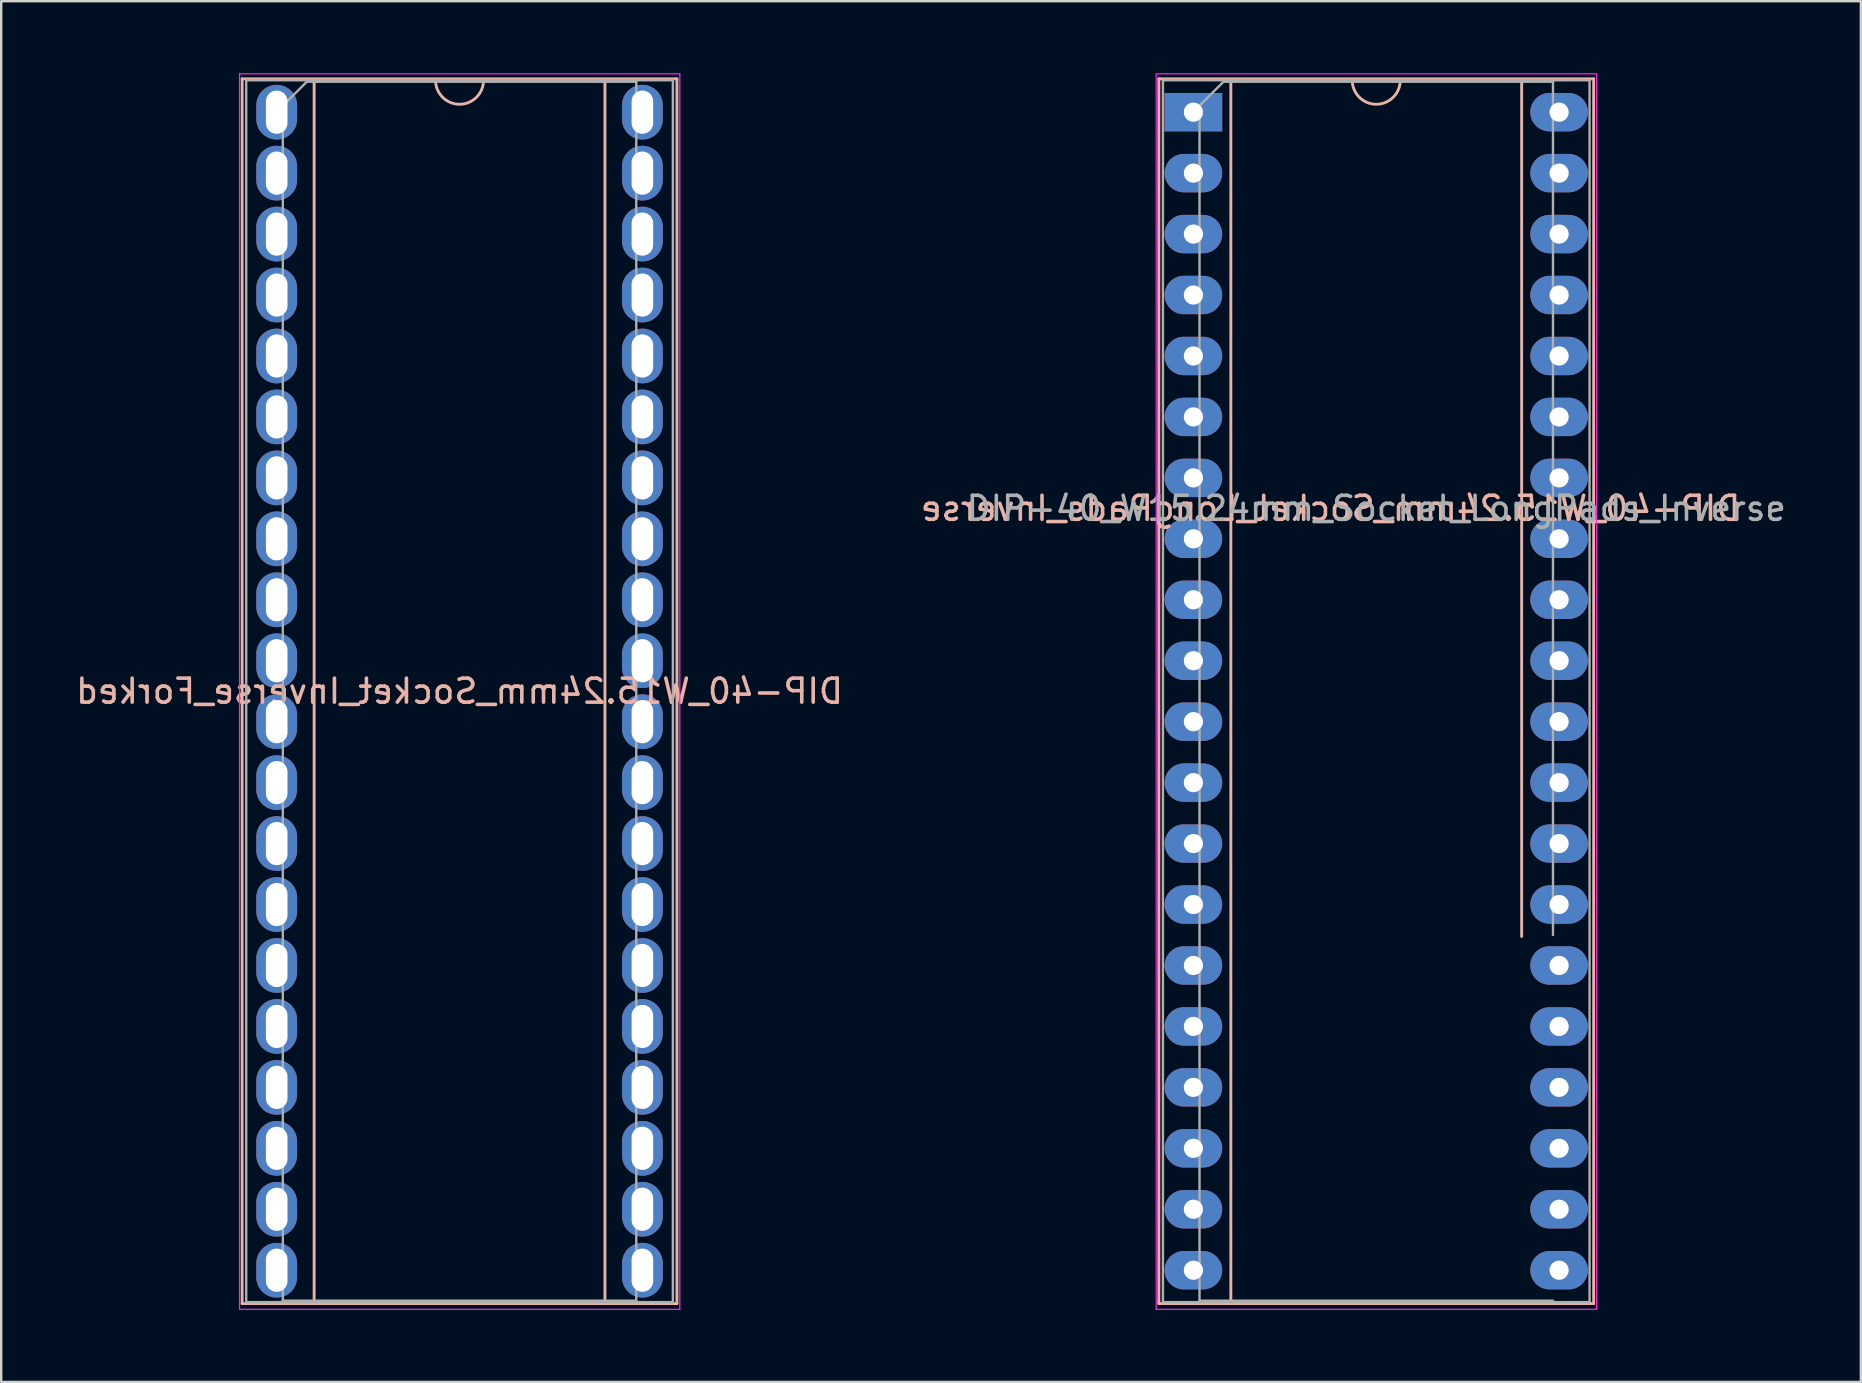
<source format=kicad_pcb>
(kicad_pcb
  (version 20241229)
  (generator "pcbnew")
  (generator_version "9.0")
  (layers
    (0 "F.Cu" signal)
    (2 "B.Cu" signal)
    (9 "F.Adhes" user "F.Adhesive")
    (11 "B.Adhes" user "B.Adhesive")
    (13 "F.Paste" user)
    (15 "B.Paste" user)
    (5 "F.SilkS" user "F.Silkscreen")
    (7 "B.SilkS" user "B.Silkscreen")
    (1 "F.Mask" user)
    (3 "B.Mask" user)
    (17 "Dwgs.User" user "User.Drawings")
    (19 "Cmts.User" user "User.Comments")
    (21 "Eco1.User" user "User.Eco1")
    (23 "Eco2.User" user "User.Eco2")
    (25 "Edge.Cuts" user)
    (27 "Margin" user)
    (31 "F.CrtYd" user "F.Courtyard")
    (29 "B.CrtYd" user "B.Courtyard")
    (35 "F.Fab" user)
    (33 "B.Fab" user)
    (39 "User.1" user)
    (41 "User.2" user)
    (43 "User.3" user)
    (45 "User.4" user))
  (footprint "DIP-40_W15.24mm_Socket_LongPads_Inverse"
    (layer "F.Cu")
    (at 46.684 1.625)
    (property "Reference" "DIP-40_W15.24mm_Socket_LongPads_Inverse" (at 5.715 16.51 0) (layer "B.SilkS") (effects (font (size 1 1) (thickness 0.15)) (justify mirror)))
    (attr through_hole)
    (fp_line (start -1.44 -1.39) (end -1.44 49.65) (stroke (width 0.12) (type solid)) (layer "B.SilkS"))
    (fp_line (start -1.44 49.65) (end 16.68 49.65) (stroke (width 0.12) (type solid)) (layer "B.SilkS"))
    (fp_line (start 1.56 -1.33) (end 1.56 49.59) (stroke (width 0.12) (type solid)) (layer "B.SilkS"))
    (fp_line (start 1.56 49.59) (end 13.68 49.59) (stroke (width 0.12) (type solid)) (layer "B.SilkS"))
    (fp_line (start 6.62 -1.33) (end 1.56 -1.33) (stroke (width 0.12) (type solid)) (layer "B.SilkS"))
    (fp_line (start 13.68 -1.33) (end 8.62 -1.33) (stroke (width 0.12) (type solid)) (layer "B.SilkS"))
    (fp_line (start 13.68 34.35) (end 13.68 -1.33) (stroke (width 0.12) (type solid)) (layer "B.SilkS"))
    (fp_line (start 16.68 -1.39) (end -1.44 -1.39) (stroke (width 0.12) (type solid)) (layer "B.SilkS"))
    (fp_line (start 16.68 49.65) (end 16.68 -1.39) (stroke (width 0.12) (type solid)) (layer "B.SilkS"))
    (fp_arc (start 8.62 -1.33) (mid 7.62 -0.33) (end 6.62 -1.33) (stroke (width 0.12) (type solid)) (layer "B.SilkS"))
    (fp_line (start -1.55 -1.6) (end -1.55 49.89) (stroke (width 0.05) (type solid)) (layer "F.CrtYd"))
    (fp_line (start -1.55 49.89) (end 16.8 49.89) (stroke (width 0.05) (type solid)) (layer "F.CrtYd"))
    (fp_line (start 16.8 -1.6) (end -1.55 -1.6) (stroke (width 0.05) (type solid)) (layer "F.CrtYd"))
    (fp_line (start 16.8 49.89) (end 16.8 -1.6) (stroke (width 0.05) (type solid)) (layer "F.CrtYd"))
    (fp_line (start -1.27 -1.33) (end -1.27 49.59) (stroke (width 0.1) (type solid)) (layer "F.Fab"))
    (fp_line (start -1.27 49.59) (end 16.51 49.59) (stroke (width 0.1) (type solid)) (layer "F.Fab"))
    (fp_line (start 0.255 -0.27) (end 1.255 -1.27) (stroke (width 0.1) (type solid)) (layer "F.Fab"))
    (fp_line (start 0.255 49.53) (end 0.255 -0.27) (stroke (width 0.1) (type solid)) (layer "F.Fab"))
    (fp_line (start 1.255 -1.27) (end 14.985 -1.27) (stroke (width 0.1) (type solid)) (layer "F.Fab"))
    (fp_line (start 14.985 -1.27) (end 14.985 34.29) (stroke (width 0.1) (type solid)) (layer "F.Fab"))
    (fp_line (start 14.985 49.53) (end 0.255 49.53) (stroke (width 0.1) (type solid)) (layer "F.Fab"))
    (fp_line (start 16.51 -1.33) (end -1.27 -1.33) (stroke (width 0.1) (type solid)) (layer "F.Fab"))
    (fp_line (start 16.51 49.59) (end 16.51 -1.33) (stroke (width 0.1) (type solid)) (layer "F.Fab"))
    (fp_text user "${REFERENCE}" (at 7.62 16.51 0) (layer "F.Fab") (effects (font (size 1 1) (thickness 0.15))))
    (pad "1" thru_hole rect (at 0 0) (size 2.4 1.6) (drill 0.8) (layers "*.Cu" "*.Mask"))
    (pad "2" thru_hole oval (at 0 2.54) (size 2.4 1.6) (drill 0.8) (layers "*.Cu" "*.Mask"))
    (pad "3" thru_hole oval (at 0 5.08) (size 2.4 1.6) (drill 0.8) (layers "*.Cu" "*.Mask"))
    (pad "4" thru_hole oval (at 0 7.62) (size 2.4 1.6) (drill 0.8) (layers "*.Cu" "*.Mask"))
    (pad "5" thru_hole oval (at 0 10.16) (size 2.4 1.6) (drill 0.8) (layers "*.Cu" "*.Mask"))
    (pad "6" thru_hole oval (at 0 12.7) (size 2.4 1.6) (drill 0.8) (layers "*.Cu" "*.Mask"))
    (pad "7" thru_hole oval (at 0 15.24) (size 2.4 1.6) (drill 0.8) (layers "*.Cu" "*.Mask"))
    (pad "8" thru_hole oval (at 0 17.78) (size 2.4 1.6) (drill 0.8) (layers "*.Cu" "*.Mask"))
    (pad "9" thru_hole oval (at 0 20.32) (size 2.4 1.6) (drill 0.8) (layers "*.Cu" "*.Mask"))
    (pad "10" thru_hole oval (at 0 22.86) (size 2.4 1.6) (drill 0.8) (layers "*.Cu" "*.Mask"))
    (pad "11" thru_hole oval (at 0 25.4) (size 2.4 1.6) (drill 0.8) (layers "*.Cu" "*.Mask"))
    (pad "12" thru_hole oval (at 0 27.94) (size 2.4 1.6) (drill 0.8) (layers "*.Cu" "*.Mask"))
    (pad "13" thru_hole oval (at 0 30.48) (size 2.4 1.6) (drill 0.8) (layers "*.Cu" "*.Mask"))
    (pad "14" thru_hole oval (at 0 33.02) (size 2.4 1.6) (drill 0.8) (layers "*.Cu" "*.Mask"))
    (pad "15" thru_hole oval (at 0 35.56) (size 2.4 1.6) (drill 0.8) (layers "*.Cu" "*.Mask"))
    (pad "16" thru_hole oval (at 0 38.1) (size 2.4 1.6) (drill 0.8) (layers "*.Cu" "*.Mask"))
    (pad "17" thru_hole oval (at 0 40.64) (size 2.4 1.6) (drill 0.8) (layers "*.Cu" "*.Mask"))
    (pad "18" thru_hole oval (at 0 43.18) (size 2.4 1.6) (drill 0.8) (layers "*.Cu" "*.Mask"))
    (pad "19" thru_hole oval (at 0 45.72) (size 2.4 1.6) (drill 0.8) (layers "*.Cu" "*.Mask"))
    (pad "20" thru_hole oval (at 0 48.26) (size 2.4 1.6) (drill 0.8) (layers "*.Cu" "*.Mask"))
    (pad "21" thru_hole oval (at 15.24 48.26) (size 2.4 1.6) (drill 0.8) (layers "*.Cu" "*.Mask"))
    (pad "22" thru_hole oval (at 15.24 45.72) (size 2.4 1.6) (drill 0.8) (layers "*.Cu" "*.Mask"))
    (pad "23" thru_hole oval (at 15.24 43.18) (size 2.4 1.6) (drill 0.8) (layers "*.Cu" "*.Mask"))
    (pad "24" thru_hole oval (at 15.24 40.64) (size 2.4 1.6) (drill 0.8) (layers "*.Cu" "*.Mask"))
    (pad "25" thru_hole oval (at 15.24 38.1) (size 2.4 1.6) (drill 0.8) (layers "*.Cu" "*.Mask"))
    (pad "26" thru_hole oval (at 15.24 35.56) (size 2.4 1.6) (drill 0.8) (layers "*.Cu" "*.Mask"))
    (pad "27" thru_hole oval (at 15.24 33.02) (size 2.4 1.6) (drill 0.8) (layers "*.Cu" "*.Mask"))
    (pad "28" thru_hole oval (at 15.24 30.48) (size 2.4 1.6) (drill 0.8) (layers "*.Cu" "*.Mask"))
    (pad "29" thru_hole oval (at 15.24 27.94) (size 2.4 1.6) (drill 0.8) (layers "*.Cu" "*.Mask"))
    (pad "30" thru_hole oval (at 15.24 25.4) (size 2.4 1.6) (drill 0.8) (layers "*.Cu" "*.Mask"))
    (pad "31" thru_hole oval (at 15.24 22.86) (size 2.4 1.6) (drill 0.8) (layers "*.Cu" "*.Mask"))
    (pad "32" thru_hole oval (at 15.24 20.32) (size 2.4 1.6) (drill 0.8) (layers "*.Cu" "*.Mask"))
    (pad "33" thru_hole oval (at 15.24 17.78) (size 2.4 1.6) (drill 0.8) (layers "*.Cu" "*.Mask"))
    (pad "34" thru_hole oval (at 15.24 15.24) (size 2.4 1.6) (drill 0.8) (layers "*.Cu" "*.Mask"))
    (pad "35" thru_hole oval (at 15.24 12.7) (size 2.4 1.6) (drill 0.8) (layers "*.Cu" "*.Mask"))
    (pad "36" thru_hole oval (at 15.24 10.16) (size 2.4 1.6) (drill 0.8) (layers "*.Cu" "*.Mask"))
    (pad "37" thru_hole oval (at 15.24 7.62) (size 2.4 1.6) (drill 0.8) (layers "*.Cu" "*.Mask"))
    (pad "38" thru_hole oval (at 15.24 5.08) (size 2.4 1.6) (drill 0.8) (layers "*.Cu" "*.Mask"))
    (pad "39" thru_hole oval (at 15.24 2.54) (size 2.4 1.6) (drill 0.8) (layers "*.Cu" "*.Mask"))
    (pad "40" thru_hole oval (at 15.24 0) (size 2.4 1.6) (drill 0.8) (layers "*.Cu" "*.Mask")))
  (footprint "DIP-40_W15.24mm_Socket_Inverse_Forked"
    (layer "F.Cu")
    (at 8.481 1.625)
    (property "Reference" "DIP-40_W15.24mm_Socket_Inverse_Forked" (at 7.62 24.13 0) (layer "B.SilkS") (effects (font (size 1 1) (thickness 0.15)) (justify mirror)))
    (attr through_hole)
    (fp_line (start -1.44 -1.39) (end -1.44 49.65) (stroke (width 0.12) (type solid)) (layer "B.SilkS"))
    (fp_line (start -1.44 49.65) (end 16.68 49.65) (stroke (width 0.12) (type solid)) (layer "B.SilkS"))
    (fp_line (start 1.56 -1.33) (end 1.56 49.59) (stroke (width 0.12) (type solid)) (layer "B.SilkS"))
    (fp_line (start 1.56 49.59) (end 13.68 49.59) (stroke (width 0.12) (type solid)) (layer "B.SilkS"))
    (fp_line (start 6.62 -1.33) (end 1.56 -1.33) (stroke (width 0.12) (type solid)) (layer "B.SilkS"))
    (fp_line (start 13.68 -1.33) (end 8.62 -1.33) (stroke (width 0.12) (type solid)) (layer "B.SilkS"))
    (fp_line (start 13.68 49.59) (end 13.68 -1.33) (stroke (width 0.12) (type solid)) (layer "B.SilkS"))
    (fp_line (start 16.68 -1.39) (end -1.44 -1.39) (stroke (width 0.12) (type solid)) (layer "B.SilkS"))
    (fp_line (start 16.68 49.65) (end 16.68 -1.39) (stroke (width 0.12) (type solid)) (layer "B.SilkS"))
    (fp_arc (start 8.62 -1.33) (mid 7.62 -0.33) (end 6.62 -1.33) (stroke (width 0.12) (type solid)) (layer "B.SilkS"))
    (fp_line (start -1.55 -1.6) (end -1.55 49.89) (stroke (width 0.05) (type solid)) (layer "F.CrtYd"))
    (fp_line (start -1.55 49.89) (end 16.8 49.89) (stroke (width 0.05) (type solid)) (layer "F.CrtYd"))
    (fp_line (start 16.8 -1.6) (end -1.55 -1.6) (stroke (width 0.05) (type solid)) (layer "F.CrtYd"))
    (fp_line (start 16.8 49.89) (end 16.8 -1.6) (stroke (width 0.05) (type solid)) (layer "F.CrtYd"))
    (fp_line (start -1.27 -1.33) (end -1.27 49.59) (stroke (width 0.1) (type solid)) (layer "F.Fab"))
    (fp_line (start -1.27 49.59) (end 16.51 49.59) (stroke (width 0.1) (type solid)) (layer "F.Fab"))
    (fp_line (start 0.255 -0.27) (end 1.255 -1.27) (stroke (width 0.1) (type solid)) (layer "F.Fab"))
    (fp_line (start 0.255 49.53) (end 0.255 -0.27) (stroke (width 0.1) (type solid)) (layer "F.Fab"))
    (fp_line (start 1.255 -1.27) (end 14.985 -1.27) (stroke (width 0.1) (type solid)) (layer "F.Fab"))
    (fp_line (start 14.985 -1.27) (end 14.985 49.53) (stroke (width 0.1) (type solid)) (layer "F.Fab"))
    (fp_line (start 14.985 49.53) (end 0.255 49.53) (stroke (width 0.1) (type solid)) (layer "F.Fab"))
    (fp_line (start 16.51 -1.33) (end -1.27 -1.33) (stroke (width 0.1) (type solid)) (layer "F.Fab"))
    (fp_line (start 16.51 49.59) (end 16.51 -1.33) (stroke (width 0.1) (type solid)) (layer "F.Fab"))
    (pad "1" thru_hole oval (at 0 0) (size 1.7 2.28) (drill oval 0.9 1.8) (layers "*.Cu" "*.Mask"))
    (pad "2" thru_hole oval (at 0 2.54) (size 1.7 2.28) (drill oval 0.9 1.8) (layers "*.Cu" "*.Mask"))
    (pad "3" thru_hole oval (at 0 5.08) (size 1.7 2.28) (drill oval 0.9 1.8) (layers "*.Cu" "*.Mask"))
    (pad "4" thru_hole oval (at 0 7.62) (size 1.7 2.28) (drill oval 0.9 1.8) (layers "*.Cu" "*.Mask"))
    (pad "5" thru_hole oval (at 0 10.16) (size 1.7 2.28) (drill oval 0.9 1.8) (layers "*.Cu" "*.Mask"))
    (pad "6" thru_hole oval (at 0 12.7) (size 1.7 2.28) (drill oval 0.9 1.8) (layers "*.Cu" "*.Mask"))
    (pad "7" thru_hole oval (at 0 15.24) (size 1.7 2.28) (drill oval 0.9 1.8) (layers "*.Cu" "*.Mask"))
    (pad "8" thru_hole oval (at 0 17.78) (size 1.7 2.28) (drill oval 0.9 1.8) (layers "*.Cu" "*.Mask"))
    (pad "9" thru_hole oval (at 0 20.32) (size 1.7 2.28) (drill oval 0.9 1.8) (layers "*.Cu" "*.Mask"))
    (pad "10" thru_hole oval (at 0 22.86) (size 1.7 2.28) (drill oval 0.9 1.8) (layers "*.Cu" "*.Mask"))
    (pad "11" thru_hole oval (at 0 25.4) (size 1.7 2.28) (drill oval 0.9 1.8) (layers "*.Cu" "*.Mask"))
    (pad "12" thru_hole oval (at 0 27.94) (size 1.7 2.28) (drill oval 0.9 1.8) (layers "*.Cu" "*.Mask"))
    (pad "13" thru_hole oval (at 0 30.48) (size 1.7 2.28) (drill oval 0.9 1.8) (layers "*.Cu" "*.Mask"))
    (pad "14" thru_hole oval (at 0 33.02) (size 1.7 2.28) (drill oval 0.9 1.8) (layers "*.Cu" "*.Mask"))
    (pad "15" thru_hole oval (at 0 35.56) (size 1.7 2.28) (drill oval 0.9 1.8) (layers "*.Cu" "*.Mask"))
    (pad "16" thru_hole oval (at 0 38.1) (size 1.7 2.28) (drill oval 0.9 1.8) (layers "*.Cu" "*.Mask"))
    (pad "17" thru_hole oval (at 0 40.64) (size 1.7 2.28) (drill oval 0.9 1.8) (layers "*.Cu" "*.Mask"))
    (pad "18" thru_hole oval (at 0 43.18) (size 1.7 2.28) (drill oval 0.9 1.8) (layers "*.Cu" "*.Mask"))
    (pad "19" thru_hole oval (at 0 45.72) (size 1.7 2.28) (drill oval 0.9 1.8) (layers "*.Cu" "*.Mask"))
    (pad "20" thru_hole oval (at 0 48.26) (size 1.7 2.28) (drill oval 0.9 1.8) (layers "*.Cu" "*.Mask"))
    (pad "21" thru_hole oval (at 15.24 48.26) (size 1.7 2.28) (drill oval 0.9 1.8) (layers "*.Cu" "*.Mask"))
    (pad "22" thru_hole oval (at 15.24 45.72) (size 1.7 2.28) (drill oval 0.9 1.8) (layers "*.Cu" "*.Mask"))
    (pad "23" thru_hole oval (at 15.24 43.18) (size 1.7 2.28) (drill oval 0.9 1.8) (layers "*.Cu" "*.Mask"))
    (pad "24" thru_hole oval (at 15.24 40.64) (size 1.7 2.28) (drill oval 0.9 1.8) (layers "*.Cu" "*.Mask"))
    (pad "25" thru_hole oval (at 15.24 38.1) (size 1.7 2.28) (drill oval 0.9 1.8) (layers "*.Cu" "*.Mask"))
    (pad "26" thru_hole oval (at 15.24 35.56) (size 1.7 2.28) (drill oval 0.9 1.8) (layers "*.Cu" "*.Mask"))
    (pad "27" thru_hole oval (at 15.24 33.02) (size 1.7 2.28) (drill oval 0.9 1.8) (layers "*.Cu" "*.Mask"))
    (pad "28" thru_hole oval (at 15.24 30.48) (size 1.7 2.28) (drill oval 0.9 1.8) (layers "*.Cu" "*.Mask"))
    (pad "29" thru_hole oval (at 15.24 27.94) (size 1.7 2.28) (drill oval 0.9 1.8) (layers "*.Cu" "*.Mask"))
    (pad "30" thru_hole oval (at 15.24 25.4) (size 1.7 2.28) (drill oval 0.9 1.8) (layers "*.Cu" "*.Mask"))
    (pad "31" thru_hole oval (at 15.24 22.86) (size 1.7 2.28) (drill oval 0.9 1.8) (layers "*.Cu" "*.Mask"))
    (pad "32" thru_hole oval (at 15.24 20.32) (size 1.7 2.28) (drill oval 0.9 1.8) (layers "*.Cu" "*.Mask"))
    (pad "33" thru_hole oval (at 15.24 17.78) (size 1.7 2.28) (drill oval 0.9 1.8) (layers "*.Cu" "*.Mask"))
    (pad "34" thru_hole oval (at 15.24 15.24) (size 1.7 2.28) (drill oval 0.9 1.8) (layers "*.Cu" "*.Mask"))
    (pad "35" thru_hole oval (at 15.24 12.7) (size 1.7 2.28) (drill oval 0.9 1.8) (layers "*.Cu" "*.Mask"))
    (pad "36" thru_hole oval (at 15.24 10.16) (size 1.7 2.28) (drill oval 0.9 1.8) (layers "*.Cu" "*.Mask"))
    (pad "37" thru_hole oval (at 15.24 7.62) (size 1.7 2.28) (drill oval 0.9 1.8) (layers "*.Cu" "*.Mask"))
    (pad "38" thru_hole oval (at 15.24 5.08) (size 1.7 2.28) (drill oval 0.9 1.8) (layers "*.Cu" "*.Mask"))
    (pad "39" thru_hole oval (at 15.24 2.54) (size 1.7 2.28) (drill oval 0.9 1.8) (layers "*.Cu" "*.Mask"))
    (pad "40" thru_hole oval (at 15.24 0) (size 1.7 2.28) (drill oval 0.9 1.8) (layers "*.Cu" "*.Mask")))
  (gr_rect
    (start -3 -3)
    (end 74.5 54.54)
    (stroke (width 0.1) (type default))
    (fill no)
    (layer "Edge.Cuts")))
</source>
